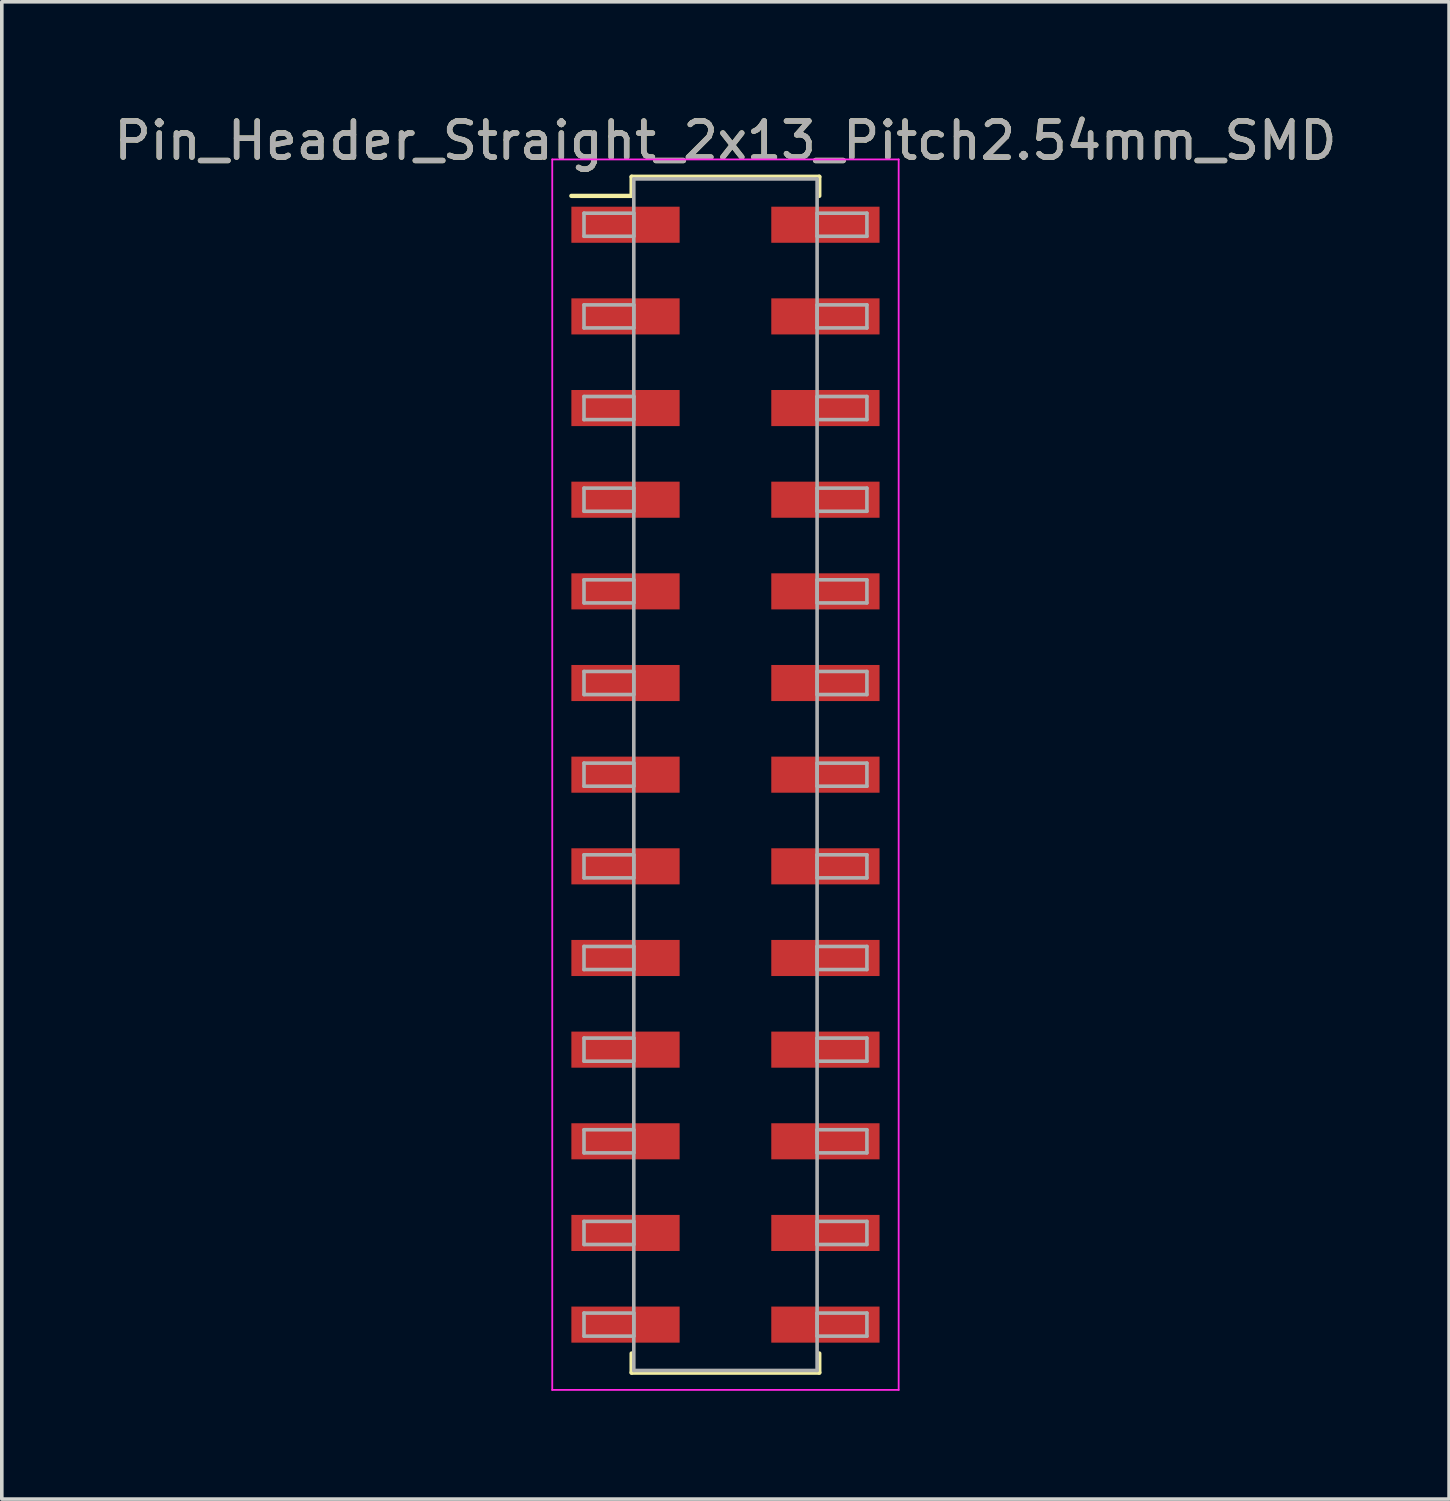
<source format=kicad_pcb>
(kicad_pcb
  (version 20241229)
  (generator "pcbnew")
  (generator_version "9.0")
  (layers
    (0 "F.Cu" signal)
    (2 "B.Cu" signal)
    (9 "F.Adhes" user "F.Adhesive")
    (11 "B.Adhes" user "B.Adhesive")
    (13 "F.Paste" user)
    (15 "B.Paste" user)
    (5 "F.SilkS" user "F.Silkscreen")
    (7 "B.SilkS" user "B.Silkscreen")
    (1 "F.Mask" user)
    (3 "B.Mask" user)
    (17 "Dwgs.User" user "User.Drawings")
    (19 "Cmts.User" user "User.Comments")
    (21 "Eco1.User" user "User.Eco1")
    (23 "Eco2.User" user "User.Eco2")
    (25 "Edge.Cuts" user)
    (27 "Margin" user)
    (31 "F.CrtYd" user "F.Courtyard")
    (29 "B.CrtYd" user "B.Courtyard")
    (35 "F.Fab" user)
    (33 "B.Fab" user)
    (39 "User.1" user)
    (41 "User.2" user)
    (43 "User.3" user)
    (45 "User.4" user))
  (footprint "Pin_Header_Straight_2x13_Pitch2.54mm_SMD"
    (layer "F.Cu")
    (at 17.054 18.418)
    (property "Reference" "Pin_Header_Straight_2x13_Pitch2.54mm_SMD" (at 0 -17.57 0) (layer "F.SilkS") (effects (font (size 1 1) (thickness 0.15))))
    (attr smd)
    (fp_line (start -4.27 -16.04) (end -2.6 -16.04) (stroke (width 0.12) (type solid)) (layer "F.SilkS"))
    (fp_line (start -2.6 -16.57) (end 2.6 -16.57) (stroke (width 0.12) (type solid)) (layer "F.SilkS"))
    (fp_line (start -2.6 -16.04) (end -2.6 -16.57) (stroke (width 0.12) (type solid)) (layer "F.SilkS"))
    (fp_line (start -2.6 16.04) (end -2.6 16.57) (stroke (width 0.12) (type solid)) (layer "F.SilkS"))
    (fp_line (start -2.6 16.57) (end 2.6 16.57) (stroke (width 0.12) (type solid)) (layer "F.SilkS"))
    (fp_line (start 2.6 -16.57) (end 2.6 -16.04) (stroke (width 0.12) (type solid)) (layer "F.SilkS"))
    (fp_line (start 2.6 16.57) (end 2.6 16.04) (stroke (width 0.12) (type solid)) (layer "F.SilkS"))
    (fp_line (start -4.8 -17.05) (end -4.8 17.05) (stroke (width 0.05) (type solid)) (layer "F.CrtYd"))
    (fp_line (start -4.8 17.05) (end 4.8 17.05) (stroke (width 0.05) (type solid)) (layer "F.CrtYd"))
    (fp_line (start 4.8 -17.05) (end -4.8 -17.05) (stroke (width 0.05) (type solid)) (layer "F.CrtYd"))
    (fp_line (start 4.8 17.05) (end 4.8 -17.05) (stroke (width 0.05) (type solid)) (layer "F.CrtYd"))
    (fp_line (start -3.92 -15.56) (end -2.54 -15.56) (stroke (width 0.1) (type solid)) (layer "F.Fab"))
    (fp_line (start -3.92 -14.92) (end -3.92 -15.56) (stroke (width 0.1) (type solid)) (layer "F.Fab"))
    (fp_line (start -3.92 -13.02) (end -2.54 -13.02) (stroke (width 0.1) (type solid)) (layer "F.Fab"))
    (fp_line (start -3.92 -12.38) (end -3.92 -13.02) (stroke (width 0.1) (type solid)) (layer "F.Fab"))
    (fp_line (start -3.92 -10.48) (end -2.54 -10.48) (stroke (width 0.1) (type solid)) (layer "F.Fab"))
    (fp_line (start -3.92 -9.84) (end -3.92 -10.48) (stroke (width 0.1) (type solid)) (layer "F.Fab"))
    (fp_line (start -3.92 -7.94) (end -2.54 -7.94) (stroke (width 0.1) (type solid)) (layer "F.Fab"))
    (fp_line (start -3.92 -7.3) (end -3.92 -7.94) (stroke (width 0.1) (type solid)) (layer "F.Fab"))
    (fp_line (start -3.92 -5.4) (end -2.54 -5.4) (stroke (width 0.1) (type solid)) (layer "F.Fab"))
    (fp_line (start -3.92 -4.76) (end -3.92 -5.4) (stroke (width 0.1) (type solid)) (layer "F.Fab"))
    (fp_line (start -3.92 -2.86) (end -2.54 -2.86) (stroke (width 0.1) (type solid)) (layer "F.Fab"))
    (fp_line (start -3.92 -2.22) (end -3.92 -2.86) (stroke (width 0.1) (type solid)) (layer "F.Fab"))
    (fp_line (start -3.92 -0.32) (end -2.54 -0.32) (stroke (width 0.1) (type solid)) (layer "F.Fab"))
    (fp_line (start -3.92 0.32) (end -3.92 -0.32) (stroke (width 0.1) (type solid)) (layer "F.Fab"))
    (fp_line (start -3.92 2.22) (end -2.54 2.22) (stroke (width 0.1) (type solid)) (layer "F.Fab"))
    (fp_line (start -3.92 2.86) (end -3.92 2.22) (stroke (width 0.1) (type solid)) (layer "F.Fab"))
    (fp_line (start -3.92 4.76) (end -2.54 4.76) (stroke (width 0.1) (type solid)) (layer "F.Fab"))
    (fp_line (start -3.92 5.4) (end -3.92 4.76) (stroke (width 0.1) (type solid)) (layer "F.Fab"))
    (fp_line (start -3.92 7.3) (end -2.54 7.3) (stroke (width 0.1) (type solid)) (layer "F.Fab"))
    (fp_line (start -3.92 7.94) (end -3.92 7.3) (stroke (width 0.1) (type solid)) (layer "F.Fab"))
    (fp_line (start -3.92 9.84) (end -2.54 9.84) (stroke (width 0.1) (type solid)) (layer "F.Fab"))
    (fp_line (start -3.92 10.48) (end -3.92 9.84) (stroke (width 0.1) (type solid)) (layer "F.Fab"))
    (fp_line (start -3.92 12.38) (end -2.54 12.38) (stroke (width 0.1) (type solid)) (layer "F.Fab"))
    (fp_line (start -3.92 13.02) (end -3.92 12.38) (stroke (width 0.1) (type solid)) (layer "F.Fab"))
    (fp_line (start -3.92 14.92) (end -2.54 14.92) (stroke (width 0.1) (type solid)) (layer "F.Fab"))
    (fp_line (start -3.92 15.56) (end -3.92 14.92) (stroke (width 0.1) (type solid)) (layer "F.Fab"))
    (fp_line (start -2.54 -16.51) (end -2.54 16.51) (stroke (width 0.1) (type solid)) (layer "F.Fab"))
    (fp_line (start -2.54 -15.56) (end -2.54 -14.92) (stroke (width 0.1) (type solid)) (layer "F.Fab"))
    (fp_line (start -2.54 -14.92) (end -3.92 -14.92) (stroke (width 0.1) (type solid)) (layer "F.Fab"))
    (fp_line (start -2.54 -13.02) (end -2.54 -12.38) (stroke (width 0.1) (type solid)) (layer "F.Fab"))
    (fp_line (start -2.54 -12.38) (end -3.92 -12.38) (stroke (width 0.1) (type solid)) (layer "F.Fab"))
    (fp_line (start -2.54 -10.48) (end -2.54 -9.84) (stroke (width 0.1) (type solid)) (layer "F.Fab"))
    (fp_line (start -2.54 -9.84) (end -3.92 -9.84) (stroke (width 0.1) (type solid)) (layer "F.Fab"))
    (fp_line (start -2.54 -7.94) (end -2.54 -7.3) (stroke (width 0.1) (type solid)) (layer "F.Fab"))
    (fp_line (start -2.54 -7.3) (end -3.92 -7.3) (stroke (width 0.1) (type solid)) (layer "F.Fab"))
    (fp_line (start -2.54 -5.4) (end -2.54 -4.76) (stroke (width 0.1) (type solid)) (layer "F.Fab"))
    (fp_line (start -2.54 -4.76) (end -3.92 -4.76) (stroke (width 0.1) (type solid)) (layer "F.Fab"))
    (fp_line (start -2.54 -2.86) (end -2.54 -2.22) (stroke (width 0.1) (type solid)) (layer "F.Fab"))
    (fp_line (start -2.54 -2.22) (end -3.92 -2.22) (stroke (width 0.1) (type solid)) (layer "F.Fab"))
    (fp_line (start -2.54 -0.32) (end -2.54 0.32) (stroke (width 0.1) (type solid)) (layer "F.Fab"))
    (fp_line (start -2.54 0.32) (end -3.92 0.32) (stroke (width 0.1) (type solid)) (layer "F.Fab"))
    (fp_line (start -2.54 2.22) (end -2.54 2.86) (stroke (width 0.1) (type solid)) (layer "F.Fab"))
    (fp_line (start -2.54 2.86) (end -3.92 2.86) (stroke (width 0.1) (type solid)) (layer "F.Fab"))
    (fp_line (start -2.54 4.76) (end -2.54 5.4) (stroke (width 0.1) (type solid)) (layer "F.Fab"))
    (fp_line (start -2.54 5.4) (end -3.92 5.4) (stroke (width 0.1) (type solid)) (layer "F.Fab"))
    (fp_line (start -2.54 7.3) (end -2.54 7.94) (stroke (width 0.1) (type solid)) (layer "F.Fab"))
    (fp_line (start -2.54 7.94) (end -3.92 7.94) (stroke (width 0.1) (type solid)) (layer "F.Fab"))
    (fp_line (start -2.54 9.84) (end -2.54 10.48) (stroke (width 0.1) (type solid)) (layer "F.Fab"))
    (fp_line (start -2.54 10.48) (end -3.92 10.48) (stroke (width 0.1) (type solid)) (layer "F.Fab"))
    (fp_line (start -2.54 12.38) (end -2.54 13.02) (stroke (width 0.1) (type solid)) (layer "F.Fab"))
    (fp_line (start -2.54 13.02) (end -3.92 13.02) (stroke (width 0.1) (type solid)) (layer "F.Fab"))
    (fp_line (start -2.54 14.92) (end -2.54 15.56) (stroke (width 0.1) (type solid)) (layer "F.Fab"))
    (fp_line (start -2.54 15.56) (end -3.92 15.56) (stroke (width 0.1) (type solid)) (layer "F.Fab"))
    (fp_line (start -2.54 16.51) (end 2.54 16.51) (stroke (width 0.1) (type solid)) (layer "F.Fab"))
    (fp_line (start 2.54 -16.51) (end -2.54 -16.51) (stroke (width 0.1) (type solid)) (layer "F.Fab"))
    (fp_line (start 2.54 -15.56) (end 2.54 -14.92) (stroke (width 0.1) (type solid)) (layer "F.Fab"))
    (fp_line (start 2.54 -14.92) (end 3.92 -14.92) (stroke (width 0.1) (type solid)) (layer "F.Fab"))
    (fp_line (start 2.54 -13.02) (end 2.54 -12.38) (stroke (width 0.1) (type solid)) (layer "F.Fab"))
    (fp_line (start 2.54 -12.38) (end 3.92 -12.38) (stroke (width 0.1) (type solid)) (layer "F.Fab"))
    (fp_line (start 2.54 -10.48) (end 2.54 -9.84) (stroke (width 0.1) (type solid)) (layer "F.Fab"))
    (fp_line (start 2.54 -9.84) (end 3.92 -9.84) (stroke (width 0.1) (type solid)) (layer "F.Fab"))
    (fp_line (start 2.54 -7.94) (end 2.54 -7.3) (stroke (width 0.1) (type solid)) (layer "F.Fab"))
    (fp_line (start 2.54 -7.3) (end 3.92 -7.3) (stroke (width 0.1) (type solid)) (layer "F.Fab"))
    (fp_line (start 2.54 -5.4) (end 2.54 -4.76) (stroke (width 0.1) (type solid)) (layer "F.Fab"))
    (fp_line (start 2.54 -4.76) (end 3.92 -4.76) (stroke (width 0.1) (type solid)) (layer "F.Fab"))
    (fp_line (start 2.54 -2.86) (end 2.54 -2.22) (stroke (width 0.1) (type solid)) (layer "F.Fab"))
    (fp_line (start 2.54 -2.22) (end 3.92 -2.22) (stroke (width 0.1) (type solid)) (layer "F.Fab"))
    (fp_line (start 2.54 -0.32) (end 2.54 0.32) (stroke (width 0.1) (type solid)) (layer "F.Fab"))
    (fp_line (start 2.54 0.32) (end 3.92 0.32) (stroke (width 0.1) (type solid)) (layer "F.Fab"))
    (fp_line (start 2.54 2.22) (end 2.54 2.86) (stroke (width 0.1) (type solid)) (layer "F.Fab"))
    (fp_line (start 2.54 2.86) (end 3.92 2.86) (stroke (width 0.1) (type solid)) (layer "F.Fab"))
    (fp_line (start 2.54 4.76) (end 2.54 5.4) (stroke (width 0.1) (type solid)) (layer "F.Fab"))
    (fp_line (start 2.54 5.4) (end 3.92 5.4) (stroke (width 0.1) (type solid)) (layer "F.Fab"))
    (fp_line (start 2.54 7.3) (end 2.54 7.94) (stroke (width 0.1) (type solid)) (layer "F.Fab"))
    (fp_line (start 2.54 7.94) (end 3.92 7.94) (stroke (width 0.1) (type solid)) (layer "F.Fab"))
    (fp_line (start 2.54 9.84) (end 2.54 10.48) (stroke (width 0.1) (type solid)) (layer "F.Fab"))
    (fp_line (start 2.54 10.48) (end 3.92 10.48) (stroke (width 0.1) (type solid)) (layer "F.Fab"))
    (fp_line (start 2.54 12.38) (end 2.54 13.02) (stroke (width 0.1) (type solid)) (layer "F.Fab"))
    (fp_line (start 2.54 13.02) (end 3.92 13.02) (stroke (width 0.1) (type solid)) (layer "F.Fab"))
    (fp_line (start 2.54 14.92) (end 2.54 15.56) (stroke (width 0.1) (type solid)) (layer "F.Fab"))
    (fp_line (start 2.54 15.56) (end 3.92 15.56) (stroke (width 0.1) (type solid)) (layer "F.Fab"))
    (fp_line (start 2.54 16.51) (end 2.54 -16.51) (stroke (width 0.1) (type solid)) (layer "F.Fab"))
    (fp_line (start 3.92 -15.56) (end 2.54 -15.56) (stroke (width 0.1) (type solid)) (layer "F.Fab"))
    (fp_line (start 3.92 -14.92) (end 3.92 -15.56) (stroke (width 0.1) (type solid)) (layer "F.Fab"))
    (fp_line (start 3.92 -13.02) (end 2.54 -13.02) (stroke (width 0.1) (type solid)) (layer "F.Fab"))
    (fp_line (start 3.92 -12.38) (end 3.92 -13.02) (stroke (width 0.1) (type solid)) (layer "F.Fab"))
    (fp_line (start 3.92 -10.48) (end 2.54 -10.48) (stroke (width 0.1) (type solid)) (layer "F.Fab"))
    (fp_line (start 3.92 -9.84) (end 3.92 -10.48) (stroke (width 0.1) (type solid)) (layer "F.Fab"))
    (fp_line (start 3.92 -7.94) (end 2.54 -7.94) (stroke (width 0.1) (type solid)) (layer "F.Fab"))
    (fp_line (start 3.92 -7.3) (end 3.92 -7.94) (stroke (width 0.1) (type solid)) (layer "F.Fab"))
    (fp_line (start 3.92 -5.4) (end 2.54 -5.4) (stroke (width 0.1) (type solid)) (layer "F.Fab"))
    (fp_line (start 3.92 -4.76) (end 3.92 -5.4) (stroke (width 0.1) (type solid)) (layer "F.Fab"))
    (fp_line (start 3.92 -2.86) (end 2.54 -2.86) (stroke (width 0.1) (type solid)) (layer "F.Fab"))
    (fp_line (start 3.92 -2.22) (end 3.92 -2.86) (stroke (width 0.1) (type solid)) (layer "F.Fab"))
    (fp_line (start 3.92 -0.32) (end 2.54 -0.32) (stroke (width 0.1) (type solid)) (layer "F.Fab"))
    (fp_line (start 3.92 0.32) (end 3.92 -0.32) (stroke (width 0.1) (type solid)) (layer "F.Fab"))
    (fp_line (start 3.92 2.22) (end 2.54 2.22) (stroke (width 0.1) (type solid)) (layer "F.Fab"))
    (fp_line (start 3.92 2.86) (end 3.92 2.22) (stroke (width 0.1) (type solid)) (layer "F.Fab"))
    (fp_line (start 3.92 4.76) (end 2.54 4.76) (stroke (width 0.1) (type solid)) (layer "F.Fab"))
    (fp_line (start 3.92 5.4) (end 3.92 4.76) (stroke (width 0.1) (type solid)) (layer "F.Fab"))
    (fp_line (start 3.92 7.3) (end 2.54 7.3) (stroke (width 0.1) (type solid)) (layer "F.Fab"))
    (fp_line (start 3.92 7.94) (end 3.92 7.3) (stroke (width 0.1) (type solid)) (layer "F.Fab"))
    (fp_line (start 3.92 9.84) (end 2.54 9.84) (stroke (width 0.1) (type solid)) (layer "F.Fab"))
    (fp_line (start 3.92 10.48) (end 3.92 9.84) (stroke (width 0.1) (type solid)) (layer "F.Fab"))
    (fp_line (start 3.92 12.38) (end 2.54 12.38) (stroke (width 0.1) (type solid)) (layer "F.Fab"))
    (fp_line (start 3.92 13.02) (end 3.92 12.38) (stroke (width 0.1) (type solid)) (layer "F.Fab"))
    (fp_line (start 3.92 14.92) (end 2.54 14.92) (stroke (width 0.1) (type solid)) (layer "F.Fab"))
    (fp_line (start 3.92 15.56) (end 3.92 14.92) (stroke (width 0.1) (type solid)) (layer "F.Fab"))
    (fp_text user "${REFERENCE}" (at 0 -17.57 0) (layer "F.Fab") (effects (font (size 1 1) (thickness 0.15))))
    (pad "1" smd rect (at -2.77 -15.24) (size 3 1) (layers "F.Cu" "F.Mask" "F.Paste"))
    (pad "2" smd rect (at 2.77 -15.24) (size 3 1) (layers "F.Cu" "F.Mask" "F.Paste"))
    (pad "3" smd rect (at -2.77 -12.7) (size 3 1) (layers "F.Cu" "F.Mask" "F.Paste"))
    (pad "4" smd rect (at 2.77 -12.7) (size 3 1) (layers "F.Cu" "F.Mask" "F.Paste"))
    (pad "5" smd rect (at -2.77 -10.16) (size 3 1) (layers "F.Cu" "F.Mask" "F.Paste"))
    (pad "6" smd rect (at 2.77 -10.16) (size 3 1) (layers "F.Cu" "F.Mask" "F.Paste"))
    (pad "7" smd rect (at -2.77 -7.62) (size 3 1) (layers "F.Cu" "F.Mask" "F.Paste"))
    (pad "8" smd rect (at 2.77 -7.62) (size 3 1) (layers "F.Cu" "F.Mask" "F.Paste"))
    (pad "9" smd rect (at -2.77 -5.08) (size 3 1) (layers "F.Cu" "F.Mask" "F.Paste"))
    (pad "10" smd rect (at 2.77 -5.08) (size 3 1) (layers "F.Cu" "F.Mask" "F.Paste"))
    (pad "11" smd rect (at -2.77 -2.54) (size 3 1) (layers "F.Cu" "F.Mask" "F.Paste"))
    (pad "12" smd rect (at 2.77 -2.54) (size 3 1) (layers "F.Cu" "F.Mask" "F.Paste"))
    (pad "13" smd rect (at -2.77 0) (size 3 1) (layers "F.Cu" "F.Mask" "F.Paste"))
    (pad "14" smd rect (at 2.77 0) (size 3 1) (layers "F.Cu" "F.Mask" "F.Paste"))
    (pad "15" smd rect (at -2.77 2.54) (size 3 1) (layers "F.Cu" "F.Mask" "F.Paste"))
    (pad "16" smd rect (at 2.77 2.54) (size 3 1) (layers "F.Cu" "F.Mask" "F.Paste"))
    (pad "17" smd rect (at -2.77 5.08) (size 3 1) (layers "F.Cu" "F.Mask" "F.Paste"))
    (pad "18" smd rect (at 2.77 5.08) (size 3 1) (layers "F.Cu" "F.Mask" "F.Paste"))
    (pad "19" smd rect (at -2.77 7.62) (size 3 1) (layers "F.Cu" "F.Mask" "F.Paste"))
    (pad "20" smd rect (at 2.77 7.62) (size 3 1) (layers "F.Cu" "F.Mask" "F.Paste"))
    (pad "21" smd rect (at -2.77 10.16) (size 3 1) (layers "F.Cu" "F.Mask" "F.Paste"))
    (pad "22" smd rect (at 2.77 10.16) (size 3 1) (layers "F.Cu" "F.Mask" "F.Paste"))
    (pad "23" smd rect (at -2.77 12.7) (size 3 1) (layers "F.Cu" "F.Mask" "F.Paste"))
    (pad "24" smd rect (at 2.77 12.7) (size 3 1) (layers "F.Cu" "F.Mask" "F.Paste"))
    (pad "25" smd rect (at -2.77 15.24) (size 3 1) (layers "F.Cu" "F.Mask" "F.Paste"))
    (pad "26" smd rect (at 2.77 15.24) (size 3 1) (layers "F.Cu" "F.Mask" "F.Paste")))
  (gr_rect
    (start -3 -3)
    (end 37.107 38.493)
    (stroke (width 0.1) (type default))
    (fill no)
    (layer "Edge.Cuts")))
</source>
